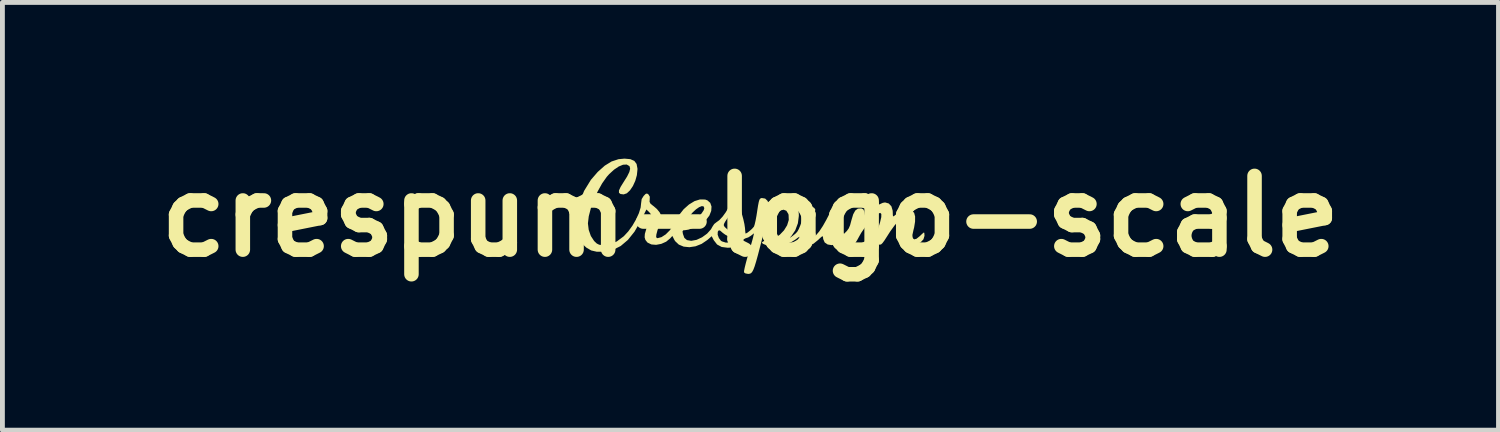
<source format=kicad_pcb>
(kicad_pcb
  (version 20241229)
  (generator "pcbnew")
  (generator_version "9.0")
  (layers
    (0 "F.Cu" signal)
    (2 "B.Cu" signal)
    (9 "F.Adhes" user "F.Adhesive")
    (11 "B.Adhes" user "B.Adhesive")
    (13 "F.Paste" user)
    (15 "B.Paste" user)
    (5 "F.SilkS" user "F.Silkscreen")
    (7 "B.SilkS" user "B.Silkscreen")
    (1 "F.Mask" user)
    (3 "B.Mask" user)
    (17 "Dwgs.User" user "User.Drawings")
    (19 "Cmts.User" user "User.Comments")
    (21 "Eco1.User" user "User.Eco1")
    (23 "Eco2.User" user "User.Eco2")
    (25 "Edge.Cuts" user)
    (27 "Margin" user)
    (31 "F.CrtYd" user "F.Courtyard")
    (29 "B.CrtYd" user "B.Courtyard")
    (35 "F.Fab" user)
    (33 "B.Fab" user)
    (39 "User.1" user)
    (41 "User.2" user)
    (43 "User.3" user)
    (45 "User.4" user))
  (footprint "crespum-logo-scale"
    (layer "F.Cu")
    (at 12.453 1.418)
    (property "Reference" "crespum-logo-scale" (at 0 0 0) (layer "F.SilkS") (effects (font (size 1.524 1.524) (thickness 0.3))))
    (attr through_hole)
    (fp_poly (pts (xy -2.481 -1.18) (xy -2.399 -1.144) (xy -2.352 -1.081) (xy -2.334 -0.986) (xy -2.334 -0.966) (xy -2.346 -0.849) (xy -2.379 -0.732) (xy -2.428 -0.625) (xy -2.488 -0.536) (xy -2.553 -0.475) (xy -2.618 -0.452) (xy -2.619 -0.452) (xy -2.684 -0.46) (xy -2.716 -0.485) (xy -2.716 -0.533) (xy -2.682 -0.607) (xy -2.625 -0.699) (xy -2.548 -0.821) (xy -2.502 -0.914) (xy -2.485 -0.982) (xy -2.496 -1.029) (xy -2.502 -1.038) (xy -2.556 -1.069) (xy -2.632 -1.065) (xy -2.721 -1.028) (xy -2.819 -0.962) (xy -2.918 -0.871) (xy -2.968 -0.815) (xy -3.064 -0.679) (xy -3.154 -0.517) (xy -3.233 -0.342) (xy -3.297 -0.165) (xy -3.34 0.000161) (xy -3.357 0.143) (xy -3.357 0.15) (xy -3.341 0.281) (xy -3.297 0.407) (xy -3.231 0.508) (xy -3.226 0.514) (xy -3.174 0.563) (xy -3.124 0.588) (xy -3.056 0.595) (xy -3.026 0.595) (xy -2.892 0.577) (xy -2.761 0.52) (xy -2.626 0.42) (xy -2.614 0.41) (xy -2.524 0.313) (xy -2.438 0.194) (xy -2.363 0.064) (xy -2.304 -0.065) (xy -2.268 -0.182) (xy -2.259 -0.266) (xy -2.247 -0.355) (xy -2.206 -0.42) (xy -2.165 -0.462) (xy -2.137 -0.47) (xy -2.108 -0.453) (xy -2.079 -0.405) (xy -2.081 -0.347) (xy -2.084 -0.299) (xy -2.066 -0.262) (xy -2.018 -0.222) (xy -1.999 -0.208) (xy -1.932 -0.15) (xy -1.877 -0.083) (xy -1.865 -0.061) (xy -1.845 -0.014) (xy -1.839 0.026) (xy -1.848 0.076) (xy -1.872 0.15) (xy -1.88 0.171) (xy -1.921 0.292) (xy -1.943 0.375) (xy -1.948 0.425) (xy -1.935 0.449) (xy -1.918 0.452) (xy -1.838 0.431) (xy -1.75 0.374) (xy -1.665 0.289) (xy -1.591 0.184) (xy -1.578 0.16) (xy -1.336 0.16) (xy -1.303 0.159) (xy -1.234 0.129) (xy -1.218 0.121) (xy -1.145 0.073) (xy -1.072 0.009) (xy -1.008 -0.061) (xy -0.965 -0.126) (xy -0.953 -0.167) (xy -0.967 -0.204) (xy -1.005 -0.21) (xy -1.06 -0.188) (xy -1.125 -0.143) (xy -1.193 -0.08) (xy -1.258 -0.004) (xy -1.306 0.069) (xy -1.336 0.131) (xy -1.336 0.16) (xy -1.578 0.16) (xy -1.559 0.124) (xy -1.478 -0.021) (xy -1.38 -0.145) (xy -1.27 -0.243) (xy -1.155 -0.313) (xy -1.042 -0.348) (xy -0.936 -0.346) (xy -0.889 -0.329) (xy -0.83 -0.277) (xy -0.804 -0.201) (xy -0.81 -0.111) (xy -0.848 -0.015) (xy -0.909 0.065) (xy -0.982 0.127) (xy -1.078 0.188) (xy -1.181 0.239) (xy -1.277 0.275) (xy -1.342 0.286) (xy -1.388 0.29) (xy -1.403 0.311) (xy -1.395 0.363) (xy -1.365 0.447) (xy -1.311 0.492) (xy -1.225 0.507) (xy -1.221 0.507) (xy -1.113 0.487) (xy -0.999 0.434) (xy -0.926 0.381) (xy -0.677 0.381) (xy -0.652 0.449) (xy -0.61 0.505) (xy -0.588 0.519) (xy -0.508 0.544) (xy -0.436 0.541) (xy -0.388 0.511) (xy -0.383 0.503) (xy -0.374 0.472) (xy -0.394 0.447) (xy -0.45 0.418) (xy -0.453 0.417) (xy -0.522 0.379) (xy -0.577 0.339) (xy -0.586 0.33) (xy -0.631 0.292) (xy -0.66 0.295) (xy -0.675 0.321) (xy -0.677 0.381) (xy -0.926 0.381) (xy -0.895 0.358) (xy -0.815 0.269) (xy -0.787 0.218) (xy -0.769 0.19) (xy -0.55 0.19) (xy -0.535 0.216) (xy -0.528 0.224) (xy -0.482 0.266) (xy -0.421 0.31) (xy -0.363 0.344) (xy -0.324 0.357) (xy -0.315 0.336) (xy -0.315 0.284) (xy -0.319 0.256) (xy -0.334 0.169) (xy -0.353 0.069) (xy -0.361 0.032) (xy -0.387 -0.09) (xy -0.478 0.044) (xy -0.525 0.116) (xy -0.548 0.161) (xy -0.55 0.19) (xy -0.769 0.19) (xy -0.748 0.159) (xy -0.702 0.123) (xy -0.643 0.08) (xy -0.576 0.008) (xy -0.511 -0.081) (xy -0.458 -0.171) (xy -0.429 -0.246) (xy -0.403 -0.336) (xy -0.375 -0.389) (xy -0.339 -0.416) (xy -0.301 -0.424) (xy -0.261 -0.425) (xy -0.243 -0.406) (xy -0.238 -0.355) (xy -0.238 -0.336) (xy -0.231 -0.268) (xy -0.211 -0.172) (xy -0.184 -0.069) (xy -0.177 -0.049) (xy -0.148 0.056) (xy -0.125 0.159) (xy -0.113 0.239) (xy -0.112 0.25) (xy -0.107 0.314) (xy -0.102 0.352) (xy -0.099 0.357) (xy -0.067 0.342) (xy -0.019 0.305) (xy 0.032 0.26) (xy 0.068 0.219) (xy 0.074 0.21) (xy 0.088 0.167) (xy 0.106 0.089) (xy 0.125 -0.013) (xy 0.136 -0.083) (xy 0.357 -0.083) (xy 0.369 -0.071) (xy 0.381 -0.083) (xy 0.369 -0.095) (xy 0.357 -0.083) (xy 0.136 -0.083) (xy 0.139 -0.104) (xy 0.157 -0.219) (xy 0.172 -0.296) (xy 0.186 -0.342) (xy 0.202 -0.365) (xy 0.224 -0.375) (xy 0.234 -0.377) (xy 0.304 -0.366) (xy 0.355 -0.317) (xy 0.379 -0.236) (xy 0.381 -0.206) (xy 0.381 -0.11) (xy 0.446 -0.171) (xy 0.539 -0.244) (xy 0.626 -0.28) (xy 0.667 -0.286) (xy 0.773 -0.289) (xy 0.849 -0.273) (xy 0.91 -0.235) (xy 0.931 -0.216) (xy 0.971 -0.169) (xy 0.992 -0.122) (xy 0.999 -0.054) (xy 1 -0.008) (xy 0.98 0.145) (xy 0.926 0.29) (xy 0.85 0.403) (xy 0.821 0.436) (xy 0.82 0.443) (xy 0.851 0.421) (xy 0.883 0.397) (xy 0.931 0.358) (xy 0.968 0.318) (xy 0.999 0.264) (xy 1.031 0.187) (xy 1.07 0.076) (xy 1.072 0.071) (xy 1.115 -0.047) (xy 1.154 -0.126) (xy 1.191 -0.171) (xy 1.232 -0.189) (xy 1.248 -0.191) (xy 1.311 -0.18) (xy 1.339 -0.144) (xy 1.334 -0.081) (xy 1.297 0.014) (xy 1.296 0.017) (xy 1.254 0.121) (xy 1.227 0.226) (xy 1.216 0.321) (xy 1.22 0.395) (xy 1.243 0.439) (xy 1.252 0.444) (xy 1.297 0.437) (xy 1.355 0.391) (xy 1.424 0.31) (xy 1.497 0.199) (xy 1.573 0.064) (xy 1.576 0.057) (xy 1.625 -0.037) (xy 1.66 -0.095) (xy 1.686 -0.125) (xy 1.712 -0.134) (xy 1.738 -0.13) (xy 1.795 -0.111) (xy 1.823 -0.082) (xy 1.824 -0.033) (xy 1.801 0.046) (xy 1.789 0.078) (xy 1.737 0.226) (xy 1.706 0.334) (xy 1.695 0.407) (xy 1.699 0.44) (xy 1.732 0.473) (xy 1.787 0.467) (xy 1.863 0.423) (xy 1.928 0.367) (xy 1.991 0.305) (xy 2.031 0.25) (xy 2.059 0.184) (xy 2.084 0.09) (xy 2.087 0.079) (xy 2.123 -0.041) (xy 2.166 -0.119) (xy 2.219 -0.158) (xy 2.288 -0.163) (xy 2.291 -0.163) (xy 2.333 -0.143) (xy 2.354 -0.093) (xy 2.357 -0.076) (xy 2.369 0.003) (xy 2.465 -0.096) (xy 2.554 -0.176) (xy 2.649 -0.239) (xy 2.735 -0.278) (xy 2.782 -0.286) (xy 2.858 -0.264) (xy 2.912 -0.206) (xy 2.938 -0.118) (xy 2.94 -0.088) (xy 2.942 -0.022) (xy 2.949 0.003) (xy 2.967 -0.005) (xy 2.989 -0.024) (xy 3.072 -0.083) (xy 3.164 -0.119) (xy 3.254 -0.131) (xy 3.33 -0.116) (xy 3.379 -0.075) (xy 3.382 -0.071) (xy 3.402 0.005) (xy 3.401 0.111) (xy 3.381 0.234) (xy 3.368 0.284) (xy 3.346 0.386) (xy 3.351 0.451) (xy 3.379 0.478) (xy 3.43 0.465) (xy 3.5 0.409) (xy 3.504 0.405) (xy 3.55 0.361) (xy 3.581 0.336) (xy 3.586 0.333) (xy 3.593 0.354) (xy 3.596 0.404) (xy 3.574 0.476) (xy 3.517 0.537) (xy 3.436 0.58) (xy 3.343 0.601) (xy 3.25 0.593) (xy 3.222 0.583) (xy 3.161 0.539) (xy 3.131 0.469) (xy 3.13 0.368) (xy 3.154 0.242) (xy 3.175 0.137) (xy 3.173 0.072) (xy 3.15 0.045) (xy 3.108 0.057) (xy 3.05 0.106) (xy 2.977 0.19) (xy 2.89 0.31) (xy 2.824 0.413) (xy 2.768 0.5) (xy 2.728 0.554) (xy 2.699 0.581) (xy 2.671 0.587) (xy 2.646 0.583) (xy 2.592 0.565) (xy 2.564 0.549) (xy 2.564 0.521) (xy 2.577 0.457) (xy 2.602 0.367) (xy 2.633 0.268) (xy 2.679 0.121) (xy 2.703 0.017) (xy 2.704 -0.047) (xy 2.682 -0.07) (xy 2.636 -0.054) (xy 2.566 0.002) (xy 2.487 0.081) (xy 2.384 0.203) (xy 2.29 0.34) (xy 2.248 0.414) (xy 2.203 0.496) (xy 2.162 0.559) (xy 2.133 0.592) (xy 2.127 0.595) (xy 2.085 0.587) (xy 2.035 0.571) (xy 1.988 0.542) (xy 1.983 0.502) (xy 1.984 0.48) (xy 1.967 0.479) (xy 1.922 0.504) (xy 1.886 0.526) (xy 1.779 0.578) (xy 1.68 0.596) (xy 1.596 0.583) (xy 1.534 0.541) (xy 1.503 0.47) (xy 1.5 0.438) (xy 1.496 0.415) (xy 1.479 0.416) (xy 1.442 0.447) (xy 1.396 0.491) (xy 1.301 0.568) (xy 1.213 0.599) (xy 1.135 0.585) (xy 1.073 0.533) (xy 1.039 0.479) (xy 1.024 0.436) (xy 1.024 0.435) (xy 1.01 0.424) (xy 0.967 0.451) (xy 0.941 0.473) (xy 0.844 0.534) (xy 0.717 0.58) (xy 0.577 0.609) (xy 0.442 0.615) (xy 0.327 0.597) (xy 0.325 0.596) (xy 0.257 0.568) (xy 0.235 0.543) (xy 0.261 0.52) (xy 0.334 0.499) (xy 0.383 0.49) (xy 0.5 0.451) (xy 0.606 0.382) (xy 0.694 0.29) (xy 0.758 0.186) (xy 0.792 0.076) (xy 0.788 -0.029) (xy 0.782 -0.049) (xy 0.742 -0.114) (xy 0.684 -0.136) (xy 0.61 -0.117) (xy 0.522 -0.055) (xy 0.461 0.006) (xy 0.412 0.06) (xy 0.373 0.109) (xy 0.342 0.16) (xy 0.315 0.221) (xy 0.287 0.301) (xy 0.257 0.408) (xy 0.22 0.549) (xy 0.202 0.618) (xy 0.156 0.796) (xy 0.118 0.933) (xy 0.087 1.034) (xy 0.06 1.105) (xy 0.035 1.151) (xy 0.01 1.177) (xy -0.019 1.188) (xy -0.047 1.191) (xy -0.102 1.181) (xy -0.133 1.159) (xy -0.133 1.159) (xy -0.131 1.125) (xy -0.117 1.056) (xy -0.093 0.959) (xy -0.062 0.845) (xy -0.051 0.808) (xy -0.015 0.685) (xy 0.017 0.574) (xy 0.042 0.485) (xy 0.057 0.428) (xy 0.058 0.42) (xy 0.074 0.352) (xy 0.01 0.402) (xy -0.046 0.437) (xy -0.093 0.452) (xy -0.095 0.452) (xy -0.134 0.472) (xy -0.162 0.511) (xy -0.217 0.577) (xy -0.308 0.624) (xy -0.425 0.648) (xy -0.471 0.65) (xy -0.595 0.634) (xy -0.689 0.583) (xy -0.758 0.494) (xy -0.763 0.484) (xy -0.8 0.412) (xy -0.89 0.49) (xy -1.008 0.57) (xy -1.134 0.62) (xy -1.261 0.639) (xy -1.379 0.627) (xy -1.48 0.585) (xy -1.556 0.513) (xy -1.574 0.483) (xy -1.613 0.406) (xy -1.658 0.456) (xy -1.741 0.525) (xy -1.842 0.57) (xy -1.948 0.59) (xy -2.046 0.582) (xy -2.123 0.545) (xy -2.132 0.537) (xy -2.17 0.488) (xy -2.186 0.434) (xy -2.181 0.363) (xy -2.153 0.267) (xy -2.119 0.179) (xy -2.086 0.092) (xy -2.061 0.022) (xy -2.049 -0.019) (xy -2.048 -0.024) (xy -2.064 -0.054) (xy -2.099 -0.093) (xy -2.149 -0.14) (xy -2.27 0.101) (xy -2.395 0.318) (xy -2.531 0.488) (xy -2.68 0.614) (xy -2.841 0.695) (xy -3.017 0.732) (xy -3.027 0.733) (xy -3.173 0.733) (xy -3.289 0.706) (xy -3.386 0.65) (xy -3.427 0.614) (xy -3.494 0.541) (xy -3.539 0.467) (xy -3.568 0.381) (xy -3.584 0.27) (xy -3.591 0.161) (xy -3.594 0.039) (xy -3.59 -0.054) (xy -3.576 -0.14) (xy -3.549 -0.238) (xy -3.54 -0.268) (xy -3.436 -0.525) (xy -3.296 -0.753) (xy -3.154 -0.917) (xy -3.009 -1.046) (xy -2.869 -1.132) (xy -2.726 -1.179) (xy -2.602 -1.191) (xy -2.481 -1.18)) (stroke (width 0.0003) (type solid)) (fill yes) (layer "F.SilkS")))
  (gr_rect
    (start -3 -3)
    (end 27.907 5.836)
    (stroke (width 0.1) (type default))
    (fill no)
    (layer "Edge.Cuts")))
</source>
